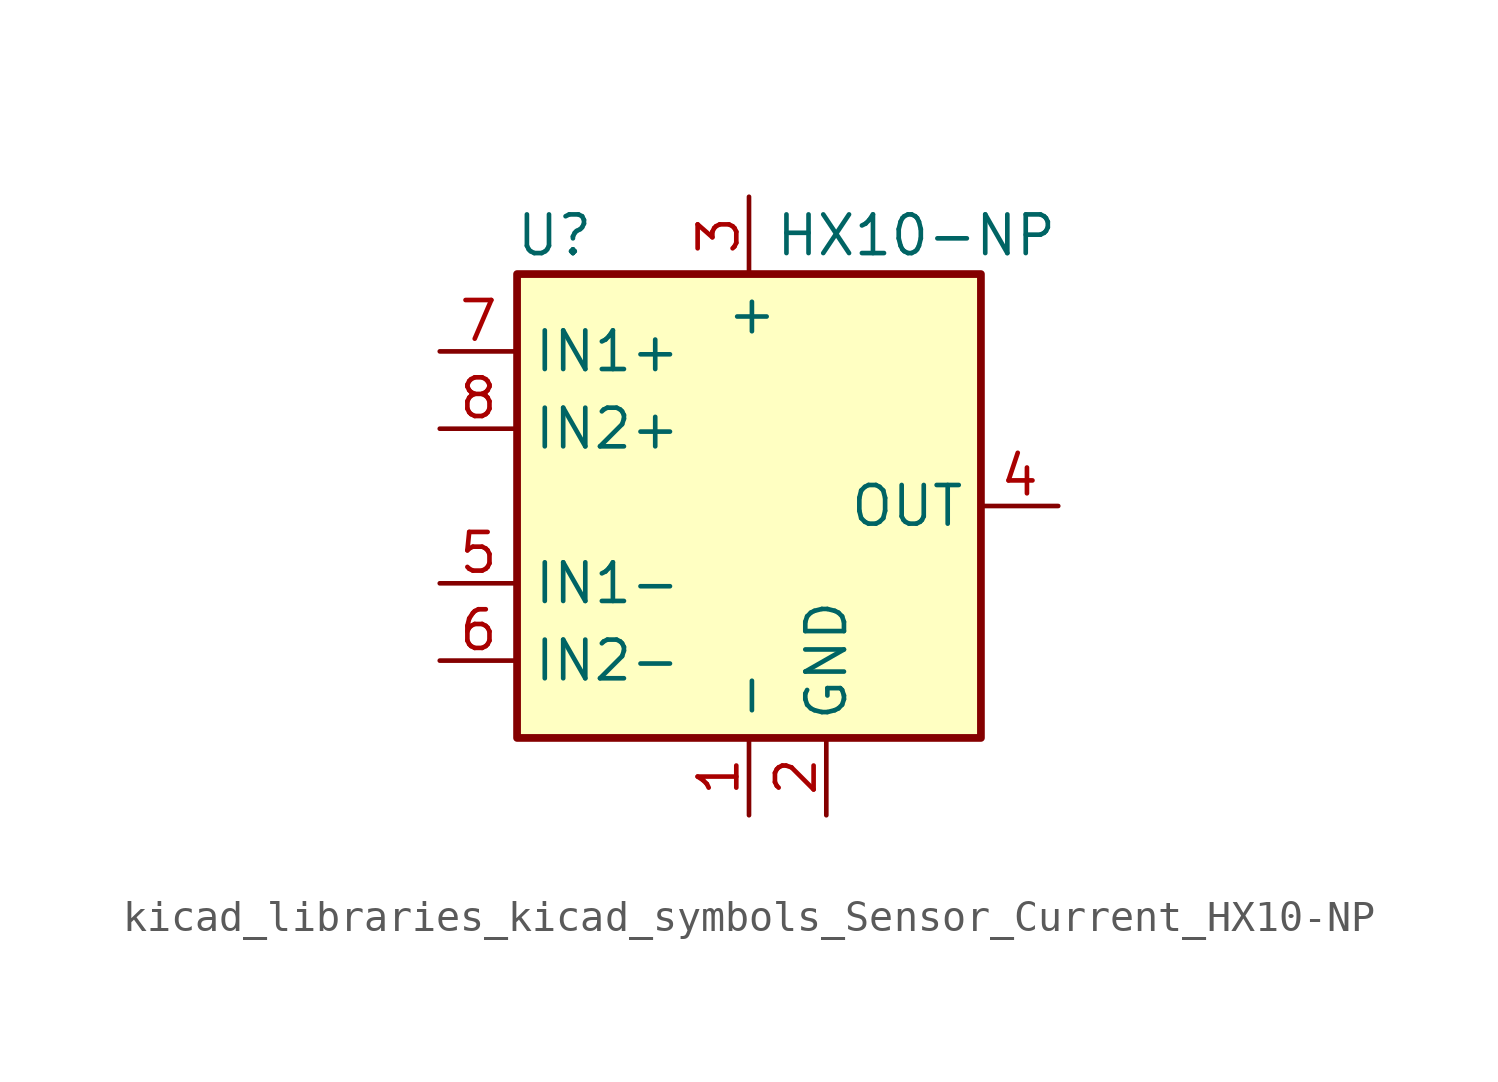
<source format=kicad_sym>
(kicad_symbol_lib
  (version 20220914)
  (generator kicad_symbol_editor)
  (symbol "kicad_libraries_kicad_symbols_Sensor_Current_HX10-NP"
    (property "Reference" "U"
      (at -5.08 8.89 0)
      (effects (font (size 1.27 1.27)) (justify right)))
    (property "Value" "HX10-NP"
      (at 10.16 8.89 0)
      (effects (font (size 1.27 1.27)) (justify right)))
    (symbol "kicad_libraries_kicad_symbols_Sensor_Current_HX10-NP_0_1"
      (rectangle (start -7.62 7.62) (end 7.62 -7.62) (stroke (width 0.254) (type default)) (fill (type background))))
    (symbol "kicad_libraries_kicad_symbols_Sensor_Current_HX10-NP_1_1"
      (pin power_in line (at 0 -10.16 90) (length 2.54) (name "-" (effects (font (size 1.27 1.27)))) (number "1" (effects (font (size 1.27 1.27)))))
      (pin power_in line (at 2.54 -10.16 90) (length 2.54) (name "GND" (effects (font (size 1.27 1.27)))) (number "2" (effects (font (size 1.27 1.27)))))
      (pin power_in line (at 0 10.16 270) (length 2.54) (name "+" (effects (font (size 1.27 1.27)))) (number "3" (effects (font (size 1.27 1.27)))))
      (pin output line (at 10.16 0 180) (length 2.54) (name "OUT" (effects (font (size 1.27 1.27)))) (number "4" (effects (font (size 1.27 1.27)))))
      (pin passive line (at -10.16 -2.54 0) (length 2.54) (name "IN1-" (effects (font (size 1.27 1.27)))) (number "5" (effects (font (size 1.27 1.27)))))
      (pin passive line (at -10.16 -5.08 0) (length 2.54) (name "IN2-" (effects (font (size 1.27 1.27)))) (number "6" (effects (font (size 1.27 1.27)))))
      (pin passive line (at -10.16 5.08 0) (length 2.54) (name "IN1+" (effects (font (size 1.27 1.27)))) (number "7" (effects (font (size 1.27 1.27)))))
      (pin passive line (at -10.16 2.54 0) (length 2.54) (name "IN2+" (effects (font (size 1.27 1.27)))) (number "8" (effects (font (size 1.27 1.27))))))))
</source>
